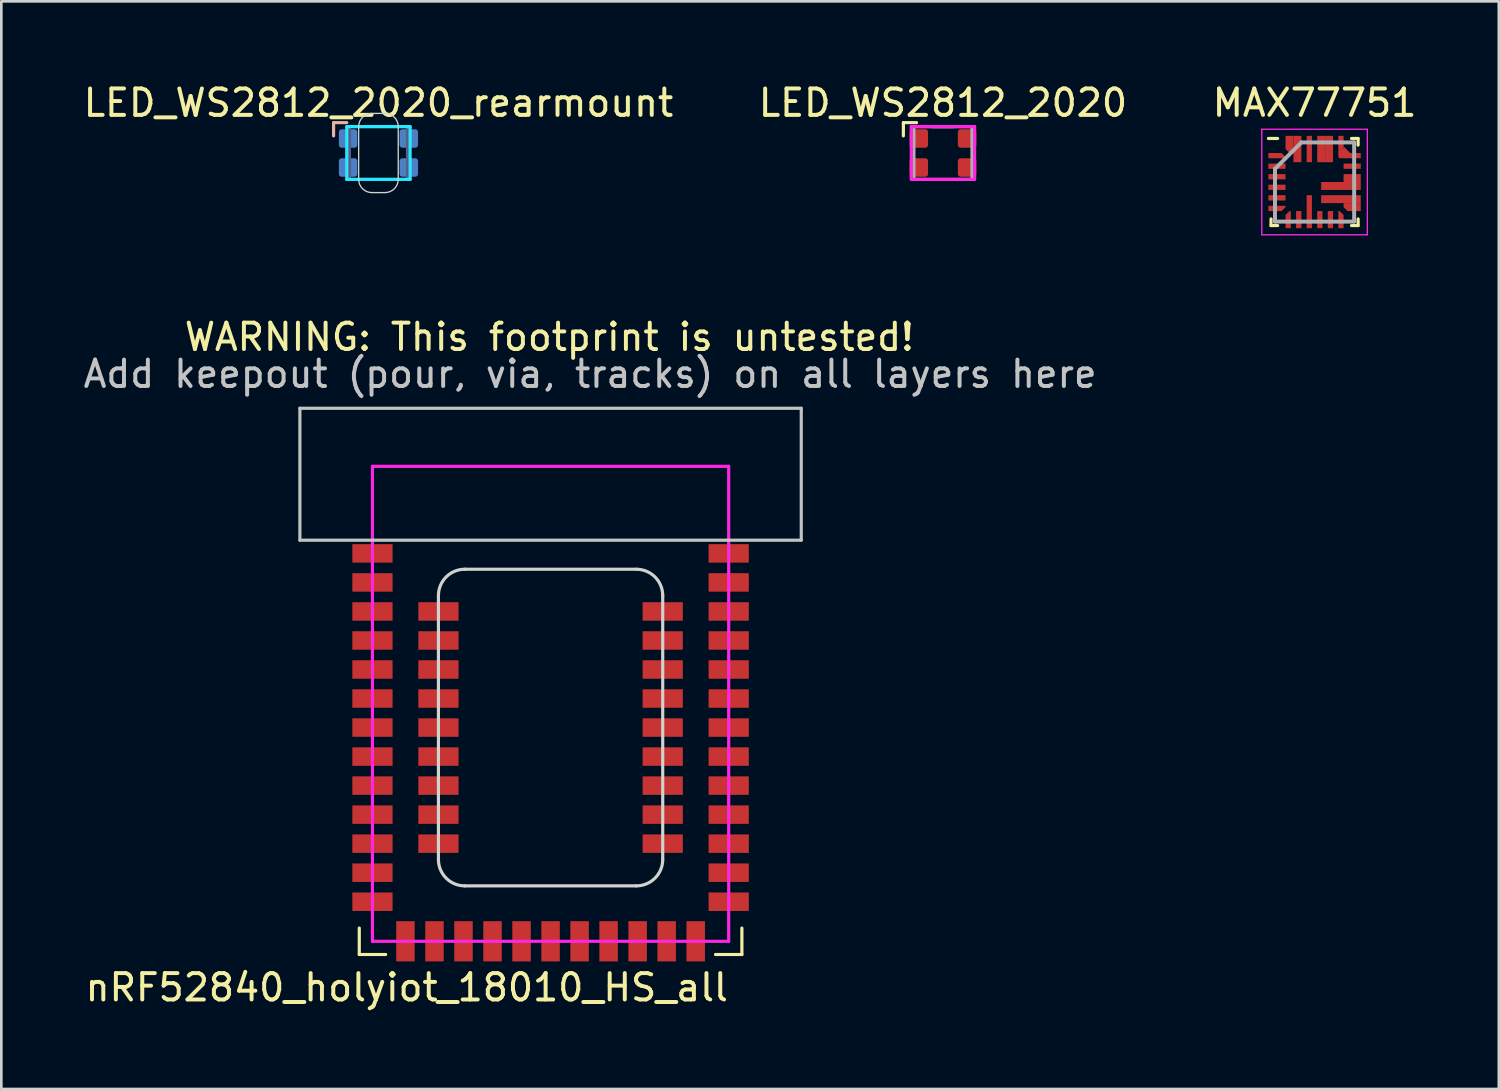
<source format=kicad_pcb>
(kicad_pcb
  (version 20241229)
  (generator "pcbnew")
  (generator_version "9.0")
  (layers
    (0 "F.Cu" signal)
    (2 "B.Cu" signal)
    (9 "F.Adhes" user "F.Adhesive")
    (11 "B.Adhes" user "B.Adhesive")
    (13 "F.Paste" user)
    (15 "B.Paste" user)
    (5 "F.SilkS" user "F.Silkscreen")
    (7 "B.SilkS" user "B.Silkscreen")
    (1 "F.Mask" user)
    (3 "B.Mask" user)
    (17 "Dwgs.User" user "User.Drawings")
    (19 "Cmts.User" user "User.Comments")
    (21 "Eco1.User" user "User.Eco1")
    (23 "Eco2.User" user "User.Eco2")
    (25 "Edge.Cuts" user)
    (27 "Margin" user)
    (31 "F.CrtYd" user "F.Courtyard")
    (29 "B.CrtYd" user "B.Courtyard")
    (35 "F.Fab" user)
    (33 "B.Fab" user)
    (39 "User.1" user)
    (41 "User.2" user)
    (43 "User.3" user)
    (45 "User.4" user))
  (footprint "LED_WS2812_2020"
    (layer "F.Cu")
    (at 32.685 2.748)
    (property "Reference" "LED_WS2812_2020" (at 0 -1.9 0) (layer "F.SilkS") (effects (font (size 1 1) (thickness 0.15))))
    (attr smd)
    (fp_line (start -1.5 -1.15) (end -1 -1.15) (stroke (width 0.12) (type solid)) (layer "F.SilkS"))
    (fp_line (start -1.5 -0.65) (end -1.5 -1.15) (stroke (width 0.12) (type solid)) (layer "F.SilkS"))
    (fp_line (start -0.4 -1) (end 0.4 -1) (stroke (width 0.12) (type solid)) (layer "F.SilkS"))
    (fp_line (start -1.2 -1) (end 1.2 -1) (stroke (width 0.12) (type solid)) (layer "F.CrtYd"))
    (fp_line (start -1.2 1) (end -1.2 -1) (stroke (width 0.12) (type solid)) (layer "F.CrtYd"))
    (fp_line (start 1.2 -1) (end 1.2 1) (stroke (width 0.12) (type solid)) (layer "F.CrtYd"))
    (fp_line (start 1.2 1) (end -1.2 1) (stroke (width 0.12) (type solid)) (layer "F.CrtYd"))
    (fp_line (start -1.1 -1) (end 1.1 -1) (stroke (width 0.12) (type solid)) (layer "F.Fab"))
    (fp_line (start -1.1 1) (end -1.1 -1) (stroke (width 0.12) (type solid)) (layer "F.Fab"))
    (fp_line (start 1.1 -1) (end 1.1 1) (stroke (width 0.12) (type solid)) (layer "F.Fab"))
    (fp_line (start 1.1 1) (end -1.1 1) (stroke (width 0.12) (type solid)) (layer "F.Fab"))
    (pad "1" smd roundrect (at -0.915 -0.55) (size 0.7 0.7) (layers "F.Cu" "F.Mask" "F.Paste") (roundrect_rratio 0.15))
    (pad "2" smd roundrect (at -0.915 0.55) (size 0.7 0.7) (layers "F.Cu" "F.Mask" "F.Paste") (roundrect_rratio 0.15))
    (pad "3" smd roundrect (at 0.915 0.55) (size 0.7 0.7) (layers "F.Cu" "F.Mask" "F.Paste") (roundrect_rratio 0.15))
    (pad "4" smd roundrect (at 0.915 -0.55) (size 0.7 0.7) (layers "F.Cu" "F.Mask" "F.Paste") (roundrect_rratio 0.15)))
  (footprint "MAX77751"
    (layer "F.Cu")
    (at 46.768 3.848)
    (property "Reference" "MAX77751" (at 0 -3 0) (layer "F.SilkS") (effects (font (size 1 1) (thickness 0.15))))
    (attr smd)
    (fp_line (start -1.65 1.65) (end -1.65 1.4) (stroke (width 0.12) (type solid)) (layer "F.SilkS"))
    (fp_line (start -1.4 -1.65) (end -1.75 -1.65) (stroke (width 0.12) (type solid)) (layer "F.SilkS"))
    (fp_line (start -1.4 1.65) (end -1.65 1.65) (stroke (width 0.12) (type solid)) (layer "F.SilkS"))
    (fp_line (start 1.4 -1.65) (end 1.65 -1.65) (stroke (width 0.12) (type solid)) (layer "F.SilkS"))
    (fp_line (start 1.4 1.65) (end 1.65 1.65) (stroke (width 0.12) (type solid)) (layer "F.SilkS"))
    (fp_line (start 1.65 -1.65) (end 1.65 -1.4) (stroke (width 0.12) (type solid)) (layer "F.SilkS"))
    (fp_line (start 1.65 1.65) (end 1.65 1.4) (stroke (width 0.12) (type solid)) (layer "F.SilkS"))
    (fp_line (start -2 -2) (end 2 -2) (stroke (width 0.05) (type solid)) (layer "F.CrtYd"))
    (fp_line (start -2 2) (end -2 -2) (stroke (width 0.05) (type solid)) (layer "F.CrtYd"))
    (fp_line (start 2 -2) (end 2 2) (stroke (width 0.05) (type solid)) (layer "F.CrtYd"))
    (fp_line (start 2 2) (end -2 2) (stroke (width 0.05) (type solid)) (layer "F.CrtYd"))
    (fp_line (start -1.5 -0.5) (end -1.5 1.5) (stroke (width 0.15) (type solid)) (layer "F.Fab"))
    (fp_line (start -1.5 1.5) (end 1.5 1.5) (stroke (width 0.15) (type solid)) (layer "F.Fab"))
    (fp_line (start -0.5 -1.5) (end -1.5 -0.5) (stroke (width 0.15) (type solid)) (layer "F.Fab"))
    (fp_line (start 1.5 -1.5) (end -0.5 -1.5) (stroke (width 0.15) (type solid)) (layer "F.Fab"))
    (fp_line (start 1.5 1.5) (end 1.5 -1.5) (stroke (width 0.15) (type solid)) (layer "F.Fab"))
    (pad "1" smd custom (at -1.5 -1 90) (size 0.2 0.5) (layers "F.Cu" "F.Mask" "F.Paste") (options (anchor rect)) (primitives (gr_poly (pts (xy -0.05 0.4) (xy -0.1 0.4) (xy -0.1 0.25) (xy 0.1 0.25)) (width 0) (fill yes))))
    (pad "2" smd rect (at -1.5 -0.6 90) (size 0.2 0.65) (drill (offset 0 0.075)) (layers "F.Cu" "F.Mask" "F.Paste"))
    (pad "3" smd rect (at -1.5 -0.2 90) (size 0.2 0.65) (drill (offset 0 0.075)) (layers "F.Cu" "F.Mask" "F.Paste"))
    (pad "4" smd rect (at -1.5 0.2 90) (size 0.2 0.65) (drill (offset 0 0.075)) (layers "F.Cu" "F.Mask" "F.Paste"))
    (pad "5" smd rect (at -1.5 0.6 90) (size 0.2 0.65) (drill (offset 0 0.075)) (layers "F.Cu" "F.Mask" "F.Paste"))
    (pad "6" smd custom (at -1.5 1 90) (size 0.2 0.5) (layers "F.Cu" "F.Mask" "F.Paste") (options (anchor rect)) (primitives (gr_poly (pts (xy 0.1 0.4) (xy 0.05 0.4) (xy -0.1 0.25) (xy 0.1 0.25)) (width 0) (fill yes))))
    (pad "7" smd custom (at -1 1.5) (size 0.2 0.5) (layers "F.Cu" "F.Mask" "F.Paste") (options (anchor rect)) (primitives (gr_poly (pts (xy 0.1 -0.25) (xy -0.1 -0.25) (xy 0.05 -0.4) (xy 0.1 -0.4)) (width 0) (fill yes))))
    (pad "8" smd rect (at -0.6 1.5) (size 0.2 0.65) (drill (offset 0 -0.075)) (layers "F.Cu" "F.Mask" "F.Paste"))
    (pad "9" smd rect (at -0.2 1.5) (size 0.2 1.25) (drill (offset 0 -0.375)) (layers "F.Cu" "F.Mask" "F.Paste"))
    (pad "10" smd rect (at 0.2 1.5) (size 0.2 0.65) (drill (offset 0 -0.075)) (layers "F.Cu" "F.Mask" "F.Paste"))
    (pad "11" smd rect (at 0.6 1.5) (size 0.2 0.65) (drill (offset 0 -0.075)) (layers "F.Cu" "F.Mask" "F.Paste"))
    (pad "12" smd custom (at 1 1.5) (size 0.2 0.5) (layers "F.Cu" "F.Mask" "F.Paste") (options (anchor rect)) (primitives (gr_poly (pts (xy 0.1 -0.25) (xy -0.1 -0.25) (xy -0.1 -0.4) (xy -0.05 -0.4)) (width 0) (fill yes))))
    (pad "13" smd custom (at 1.5 1 90) (size 0.2 0.5) (layers "F.Cu" "F.Mask" "F.Paste") (options (anchor rect)) (primitives (gr_poly (pts (xy 0.2 0.25) (xy 0.1 0.25) (xy 0.1 -0.25) (xy -0.1 -0.25) (xy 0.05 -0.4) (xy 0.2 -0.4)) (width 0) (fill yes))))
    (pad "14" smd rect (at 1.5 0.6 90) (size 0.3 1.5) (drill (offset -0.05 -0.5)) (layers "F.Cu" "F.Mask" "F.Paste"))
    (pad "15" smd rect (at 1.5 0.2 90) (size 0.3 1.5) (drill (offset 0.05 -0.5)) (layers "F.Cu" "F.Mask" "F.Paste"))
    (pad "16" smd rect (at 1.5 -0.2 90) (size 0.3 0.65) (drill (offset -0.05 -0.075)) (layers "F.Cu" "F.Mask" "F.Paste"))
    (pad "17" smd rect (at 1.5 -0.6 90) (size 0.2 0.65) (drill (offset 0 -0.075)) (layers "F.Cu" "F.Mask" "F.Paste"))
    (pad "18" smd custom (at 1.5 -1 90) (size 0.2 0.5) (layers "F.Cu" "F.Mask" "F.Paste") (options (anchor rect)) (primitives (gr_poly (pts (xy 0.25 -0.4) (xy 0.35 -0.4) (xy 0.1 -0.15) (xy 0.1 -0.25) (xy -0.1 -0.25) (xy -0.1 -0.55) (xy -0.05 -0.6) (xy 0.25 -0.6)) (width 0) (fill yes))))
    (pad "19" smd rect (at 1 -1.5) (size 0.2 0.5) (layers "F.Cu" "F.Mask" "F.Paste"))
    (pad "20" smd rect (at 0.6 -1.5) (size 0.3 1) (drill (offset -0.05 0.25)) (layers "F.Cu" "F.Mask" "F.Paste"))
    (pad "21" smd rect (at 0.2 -1.5) (size 0.3 1) (drill (offset 0.05 0.25)) (layers "F.Cu" "F.Mask" "F.Paste"))
    (pad "22" smd rect (at -0.2 -1.5) (size 0.2 1) (drill (offset 0 0.25)) (layers "F.Cu" "F.Mask" "F.Paste"))
    (pad "23" smd rect (at -0.6 -1.5) (size 0.3 1) (drill (offset -0.05 0.25)) (layers "F.Cu" "F.Mask" "F.Paste"))
    (pad "24" smd custom (at -1 -1.5) (size 0.2 0.5) (layers "F.Cu" "F.Mask" "F.Paste") (options (anchor rect)) (primitives (gr_poly (pts (xy 0.2 0.4) (xy 0.05 0.4) (xy -0.1 0.25) (xy 0.1 0.25) (xy 0.1 -0.25) (xy 0.2 -0.25)) (width 0) (fill yes)))))
  (footprint "nRF52840_holyiot_18010_HS_all"
    (layer "F.Cu")
    (at 17.815 23.622)
    (property "Reference" "nRF52840_holyiot_18010_HS_all" (at -5.45 10.75 0) (layer "F.SilkS") (effects (font (size 1 1) (thickness 0.15))))
    (attr smd)
    (fp_line (start -7.25 8.5) (end -7.25 9.5) (stroke (width 0.12) (type solid)) (layer "F.SilkS"))
    (fp_line (start -6.25 9.5) (end -7.25 9.5) (stroke (width 0.12) (type solid)) (layer "F.SilkS"))
    (fp_line (start 6.25 9.5) (end 7.25 9.5) (stroke (width 0.12) (type solid)) (layer "F.SilkS"))
    (fp_line (start 7.25 8.5) (end 7.25 9.5) (stroke (width 0.12) (type solid)) (layer "F.SilkS"))
    (fp_line (start -9.5 -11.2) (end 9.5 -11.2) (stroke (width 0.12) (type solid)) (layer "Dwgs.User"))
    (fp_line (start -9.5 -6.2) (end -9.5 -11.2) (stroke (width 0.12) (type solid)) (layer "Dwgs.User"))
    (fp_line (start 9.5 -11.2) (end 9.5 -6.2) (stroke (width 0.12) (type solid)) (layer "Dwgs.User"))
    (fp_line (start 9.5 -6.2) (end -9.5 -6.2) (stroke (width 0.12) (type solid)) (layer "Dwgs.User"))
    (fp_line (start -4.25 5.9) (end -4.25 -4.1) (stroke (width 0.12) (type solid)) (layer "Edge.Cuts"))
    (fp_line (start -3.25 -5.1) (end 3.25 -5.1) (stroke (width 0.12) (type solid)) (layer "Edge.Cuts"))
    (fp_line (start 3.25 6.9) (end -3.25 6.9) (stroke (width 0.12) (type solid)) (layer "Edge.Cuts"))
    (fp_line (start 4.25 -4.1) (end 4.25 5.9) (stroke (width 0.12) (type solid)) (layer "Edge.Cuts"))
    (fp_arc (start -4.25 -4.1) (mid -3.957107 -4.807107) (end -3.25 -5.1) (stroke (width 0.12) (type solid)) (layer "Edge.Cuts"))
    (fp_arc (start -3.25 6.9) (mid -3.957107 6.607107) (end -4.25 5.9) (stroke (width 0.12) (type solid)) (layer "Edge.Cuts"))
    (fp_arc (start 3.25 -5.1) (mid 3.957107 -4.807107) (end 4.25 -4.1) (stroke (width 0.12) (type solid)) (layer "Edge.Cuts"))
    (fp_arc (start 4.25 5.9) (mid 3.957107 6.607107) (end 3.25 6.9) (stroke (width 0.12) (type solid)) (layer "Edge.Cuts"))
    (fp_line (start -6.75 -9) (end 6.75 -9) (stroke (width 0.12) (type solid)) (layer "F.CrtYd"))
    (fp_line (start -6.75 9) (end -6.75 -9) (stroke (width 0.12) (type solid)) (layer "F.CrtYd"))
    (fp_line (start 6.75 -9) (end 6.75 9) (stroke (width 0.12) (type solid)) (layer "F.CrtYd"))
    (fp_line (start 6.75 9) (end -6.75 9) (stroke (width 0.12) (type solid)) (layer "F.CrtYd"))
    (fp_text user "WARNING: This footprint is untested!" (at -0.05 -13.9 0) (layer "F.SilkS") (effects (font (size 1 1) (thickness 0.15))))
    (fp_text user "Add keepout (pour, via, tracks) on all layers here" (at 1.5 -12.5 0) (layer "Dwgs.User") (effects (font (size 1 1) (thickness 0.15))))
    (pad "1" smd rect (at -6.75 -5.7) (size 1.524 0.7) (layers "F.Cu" "F.Mask" "F.Paste"))
    (pad "2" smd rect (at -6.75 -4.6) (size 1.524 0.7) (layers "F.Cu" "F.Mask" "F.Paste"))
    (pad "3" smd rect (at -6.75 -3.5) (size 1.524 0.7) (layers "F.Cu" "F.Mask" "F.Paste"))
    (pad "4" smd rect (at -6.75 -2.4) (size 1.524 0.7) (layers "F.Cu" "F.Mask" "F.Paste"))
    (pad "5" smd rect (at -6.75 -1.3) (size 1.524 0.7) (layers "F.Cu" "F.Mask" "F.Paste"))
    (pad "6" smd rect (at -6.75 -0.2) (size 1.524 0.7) (layers "F.Cu" "F.Mask" "F.Paste"))
    (pad "7" smd rect (at -6.75 0.9) (size 1.524 0.7) (layers "F.Cu" "F.Mask" "F.Paste"))
    (pad "8" smd rect (at -6.75 2) (size 1.524 0.7) (layers "F.Cu" "F.Mask" "F.Paste"))
    (pad "9" smd rect (at -6.75 3.1) (size 1.524 0.7) (layers "F.Cu" "F.Mask" "F.Paste"))
    (pad "10" smd rect (at -6.75 4.2) (size 1.524 0.7) (layers "F.Cu" "F.Mask" "F.Paste"))
    (pad "11" smd rect (at -6.75 5.3) (size 1.524 0.7) (layers "F.Cu" "F.Mask" "F.Paste"))
    (pad "12" smd rect (at -6.75 6.4) (size 1.524 0.7) (layers "F.Cu" "F.Mask" "F.Paste"))
    (pad "13" smd rect (at -6.75 7.5) (size 1.524 0.7) (layers "F.Cu" "F.Mask" "F.Paste"))
    (pad "14" smd rect (at -5.5 9 90) (size 1.524 0.7) (layers "F.Cu" "F.Mask" "F.Paste"))
    (pad "15" smd rect (at -4.4 9 90) (size 1.524 0.7) (layers "F.Cu" "F.Mask" "F.Paste"))
    (pad "16" smd rect (at -3.3 9 90) (size 1.524 0.7) (layers "F.Cu" "F.Mask" "F.Paste"))
    (pad "17" smd rect (at -2.2 9 90) (size 1.524 0.7) (layers "F.Cu" "F.Mask" "F.Paste"))
    (pad "18" smd rect (at -1.1 9 90) (size 1.524 0.7) (layers "F.Cu" "F.Mask" "F.Paste"))
    (pad "19" smd rect (at 0 9 90) (size 1.524 0.7) (layers "F.Cu" "F.Mask" "F.Paste"))
    (pad "20" smd rect (at 1.1 9 90) (size 1.524 0.7) (layers "F.Cu" "F.Mask" "F.Paste"))
    (pad "21" smd rect (at 2.2 9 90) (size 1.524 0.7) (layers "F.Cu" "F.Mask" "F.Paste"))
    (pad "22" smd rect (at 3.3 9 90) (size 1.524 0.7) (layers "F.Cu" "F.Mask" "F.Paste"))
    (pad "23" smd rect (at 4.4 9 90) (size 1.524 0.7) (layers "F.Cu" "F.Mask" "F.Paste"))
    (pad "24" smd rect (at 5.5 9 90) (size 1.524 0.7) (layers "F.Cu" "F.Mask" "F.Paste"))
    (pad "25" smd rect (at 6.75 7.5 180) (size 1.524 0.7) (layers "F.Cu" "F.Mask" "F.Paste"))
    (pad "26" smd rect (at 6.75 6.4 180) (size 1.524 0.7) (layers "F.Cu" "F.Mask" "F.Paste"))
    (pad "27" smd rect (at 6.75 5.3 180) (size 1.524 0.7) (layers "F.Cu" "F.Mask" "F.Paste"))
    (pad "28" smd rect (at 6.75 4.2 180) (size 1.524 0.7) (layers "F.Cu" "F.Mask" "F.Paste"))
    (pad "29" smd rect (at 6.75 3.1 180) (size 1.524 0.7) (layers "F.Cu" "F.Mask" "F.Paste"))
    (pad "30" smd rect (at 6.75 2 180) (size 1.524 0.7) (layers "F.Cu" "F.Mask" "F.Paste"))
    (pad "31" smd rect (at 6.75 0.9 180) (size 1.524 0.7) (layers "F.Cu" "F.Mask" "F.Paste"))
    (pad "32" smd rect (at 6.75 -0.2 180) (size 1.524 0.7) (layers "F.Cu" "F.Mask" "F.Paste"))
    (pad "33" smd rect (at 6.75 -1.3 180) (size 1.524 0.7) (layers "F.Cu" "F.Mask" "F.Paste"))
    (pad "34" smd rect (at 6.75 -2.4 180) (size 1.524 0.7) (layers "F.Cu" "F.Mask" "F.Paste"))
    (pad "35" smd rect (at 6.75 -3.5 180) (size 1.524 0.7) (layers "F.Cu" "F.Mask" "F.Paste"))
    (pad "36" smd rect (at 6.75 -4.6 180) (size 1.524 0.7) (layers "F.Cu" "F.Mask" "F.Paste"))
    (pad "37" smd rect (at 6.75 -5.7 180) (size 1.524 0.7) (layers "F.Cu" "F.Mask" "F.Paste"))
    (pad "38" smd rect (at -4.25 -3.5 180) (size 1.524 0.7) (layers "F.Cu" "F.Mask" "F.Paste"))
    (pad "39" smd rect (at -4.25 -2.4 180) (size 1.524 0.7) (layers "F.Cu" "F.Mask" "F.Paste"))
    (pad "40" smd rect (at -4.25 -1.3 180) (size 1.524 0.7) (layers "F.Cu" "F.Mask" "F.Paste"))
    (pad "41" smd rect (at -4.25 -0.2 180) (size 1.524 0.7) (layers "F.Cu" "F.Mask" "F.Paste"))
    (pad "42" smd rect (at -4.25 0.9 180) (size 1.524 0.7) (layers "F.Cu" "F.Mask" "F.Paste"))
    (pad "43" smd rect (at -4.25 2 180) (size 1.524 0.7) (layers "F.Cu" "F.Mask" "F.Paste"))
    (pad "44" smd rect (at -4.25 3.1 180) (size 1.524 0.7) (layers "F.Cu" "F.Mask" "F.Paste"))
    (pad "45" smd rect (at -4.25 4.2 180) (size 1.524 0.7) (layers "F.Cu" "F.Mask" "F.Paste"))
    (pad "46" smd rect (at -4.25 5.3 180) (size 1.524 0.7) (layers "F.Cu" "F.Mask" "F.Paste"))
    (pad "47" smd rect (at 4.25 -3.5 180) (size 1.524 0.7) (layers "F.Cu" "F.Mask" "F.Paste"))
    (pad "48" smd rect (at 4.25 -2.4 180) (size 1.524 0.7) (layers "F.Cu" "F.Mask" "F.Paste"))
    (pad "49" smd rect (at 4.25 -1.3 180) (size 1.524 0.7) (layers "F.Cu" "F.Mask" "F.Paste"))
    (pad "50" smd rect (at 4.25 -0.2 180) (size 1.524 0.7) (layers "F.Cu" "F.Mask" "F.Paste"))
    (pad "51" smd rect (at 4.25 0.9 180) (size 1.524 0.7) (layers "F.Cu" "F.Mask" "F.Paste"))
    (pad "52" smd rect (at 4.25 2 180) (size 1.524 0.7) (layers "F.Cu" "F.Mask" "F.Paste"))
    (pad "53" smd rect (at 4.25 3.1 180) (size 1.524 0.7) (layers "F.Cu" "F.Mask" "F.Paste"))
    (pad "54" smd rect (at 4.25 4.2 180) (size 1.524 0.7) (layers "F.Cu" "F.Mask" "F.Paste"))
    (pad "55" smd rect (at 4.25 5.3 180) (size 1.524 0.7) (layers "F.Cu" "F.Mask" "F.Paste")))
  (footprint "LED_WS2812_2020_rearmount"
    (layer "F.Cu")
    (at 11.292 2.748)
    (property "Reference" "LED_WS2812_2020_rearmount" (at 0 -1.9 0) (layer "F.SilkS") (effects (font (size 1 1) (thickness 0.15))))
    (attr smd)
    (fp_line (start -1.7 -1.15) (end -1.2 -1.15) (stroke (width 0.12) (type solid)) (layer "B.SilkS"))
    (fp_line (start -1.7 -0.65) (end -1.7 -1.15) (stroke (width 0.12) (type solid)) (layer "B.SilkS"))
    (fp_line (start -0.75 -1) (end -0.75 1) (stroke (width 0.05) (type solid)) (layer "Edge.Cuts"))
    (fp_line (start -0.25 -1.5) (end 0.25 -1.5) (stroke (width 0.05) (type solid)) (layer "Edge.Cuts"))
    (fp_line (start 0.25 1.5) (end -0.25 1.5) (stroke (width 0.05) (type solid)) (layer "Edge.Cuts"))
    (fp_line (start 0.75 1) (end 0.75 -1) (stroke (width 0.05) (type solid)) (layer "Edge.Cuts"))
    (fp_arc (start -0.75 -1) (mid -0.603554 -1.353553) (end -0.250001 -1.499999) (stroke (width 0.05) (type solid)) (layer "Edge.Cuts"))
    (fp_arc (start -0.250001 1.500001) (mid -0.603554 1.353554) (end -0.75 1) (stroke (width 0.05) (type solid)) (layer "Edge.Cuts"))
    (fp_arc (start 0.250001 -1.500001) (mid 0.603554 -1.353554) (end 0.75 -1) (stroke (width 0.05) (type solid)) (layer "Edge.Cuts"))
    (fp_arc (start 0.75 1) (mid 0.603554 1.353553) (end 0.250001 1.499999) (stroke (width 0.05) (type solid)) (layer "Edge.Cuts"))
    (fp_line (start -1.2 -1) (end 1.2 -1) (stroke (width 0.12) (type solid)) (layer "B.CrtYd"))
    (fp_line (start -1.2 1) (end -1.2 -1) (stroke (width 0.12) (type solid)) (layer "B.CrtYd"))
    (fp_line (start 1.2 -1) (end 1.2 1) (stroke (width 0.12) (type solid)) (layer "B.CrtYd"))
    (fp_line (start 1.2 1) (end -1.2 1) (stroke (width 0.12) (type solid)) (layer "B.CrtYd"))
    (fp_line (start -1.1 -1) (end 1.1 -1) (stroke (width 0.12) (type solid)) (layer "B.Fab"))
    (fp_line (start -1.1 1) (end -1.1 -1) (stroke (width 0.12) (type solid)) (layer "B.Fab"))
    (fp_line (start 1.1 -1) (end 1.1 1) (stroke (width 0.12) (type solid)) (layer "B.Fab"))
    (fp_line (start 1.1 1) (end -1.1 1) (stroke (width 0.12) (type solid)) (layer "B.Fab"))
    (pad "1" smd roundrect (at -1.15 -0.55) (size 0.7 0.7) (layers "B.Cu" "B.Mask" "B.Paste") (roundrect_rratio 0.15))
    (pad "2" smd roundrect (at -1.15 0.55) (size 0.7 0.7) (layers "B.Cu" "B.Mask" "B.Paste") (roundrect_rratio 0.15))
    (pad "3" smd roundrect (at 1.15 0.55) (size 0.7 0.7) (layers "B.Cu" "B.Mask" "B.Paste") (roundrect_rratio 0.15))
    (pad "4" smd roundrect (at 1.15 -0.55) (size 0.7 0.7) (layers "B.Cu" "B.Mask" "B.Paste") (roundrect_rratio 0.15)))
  (gr_rect
    (start -3 -3)
    (end 53.75 38.22)
    (stroke (width 0.1) (type default))
    (fill no)
    (layer "Edge.Cuts")))
</source>
